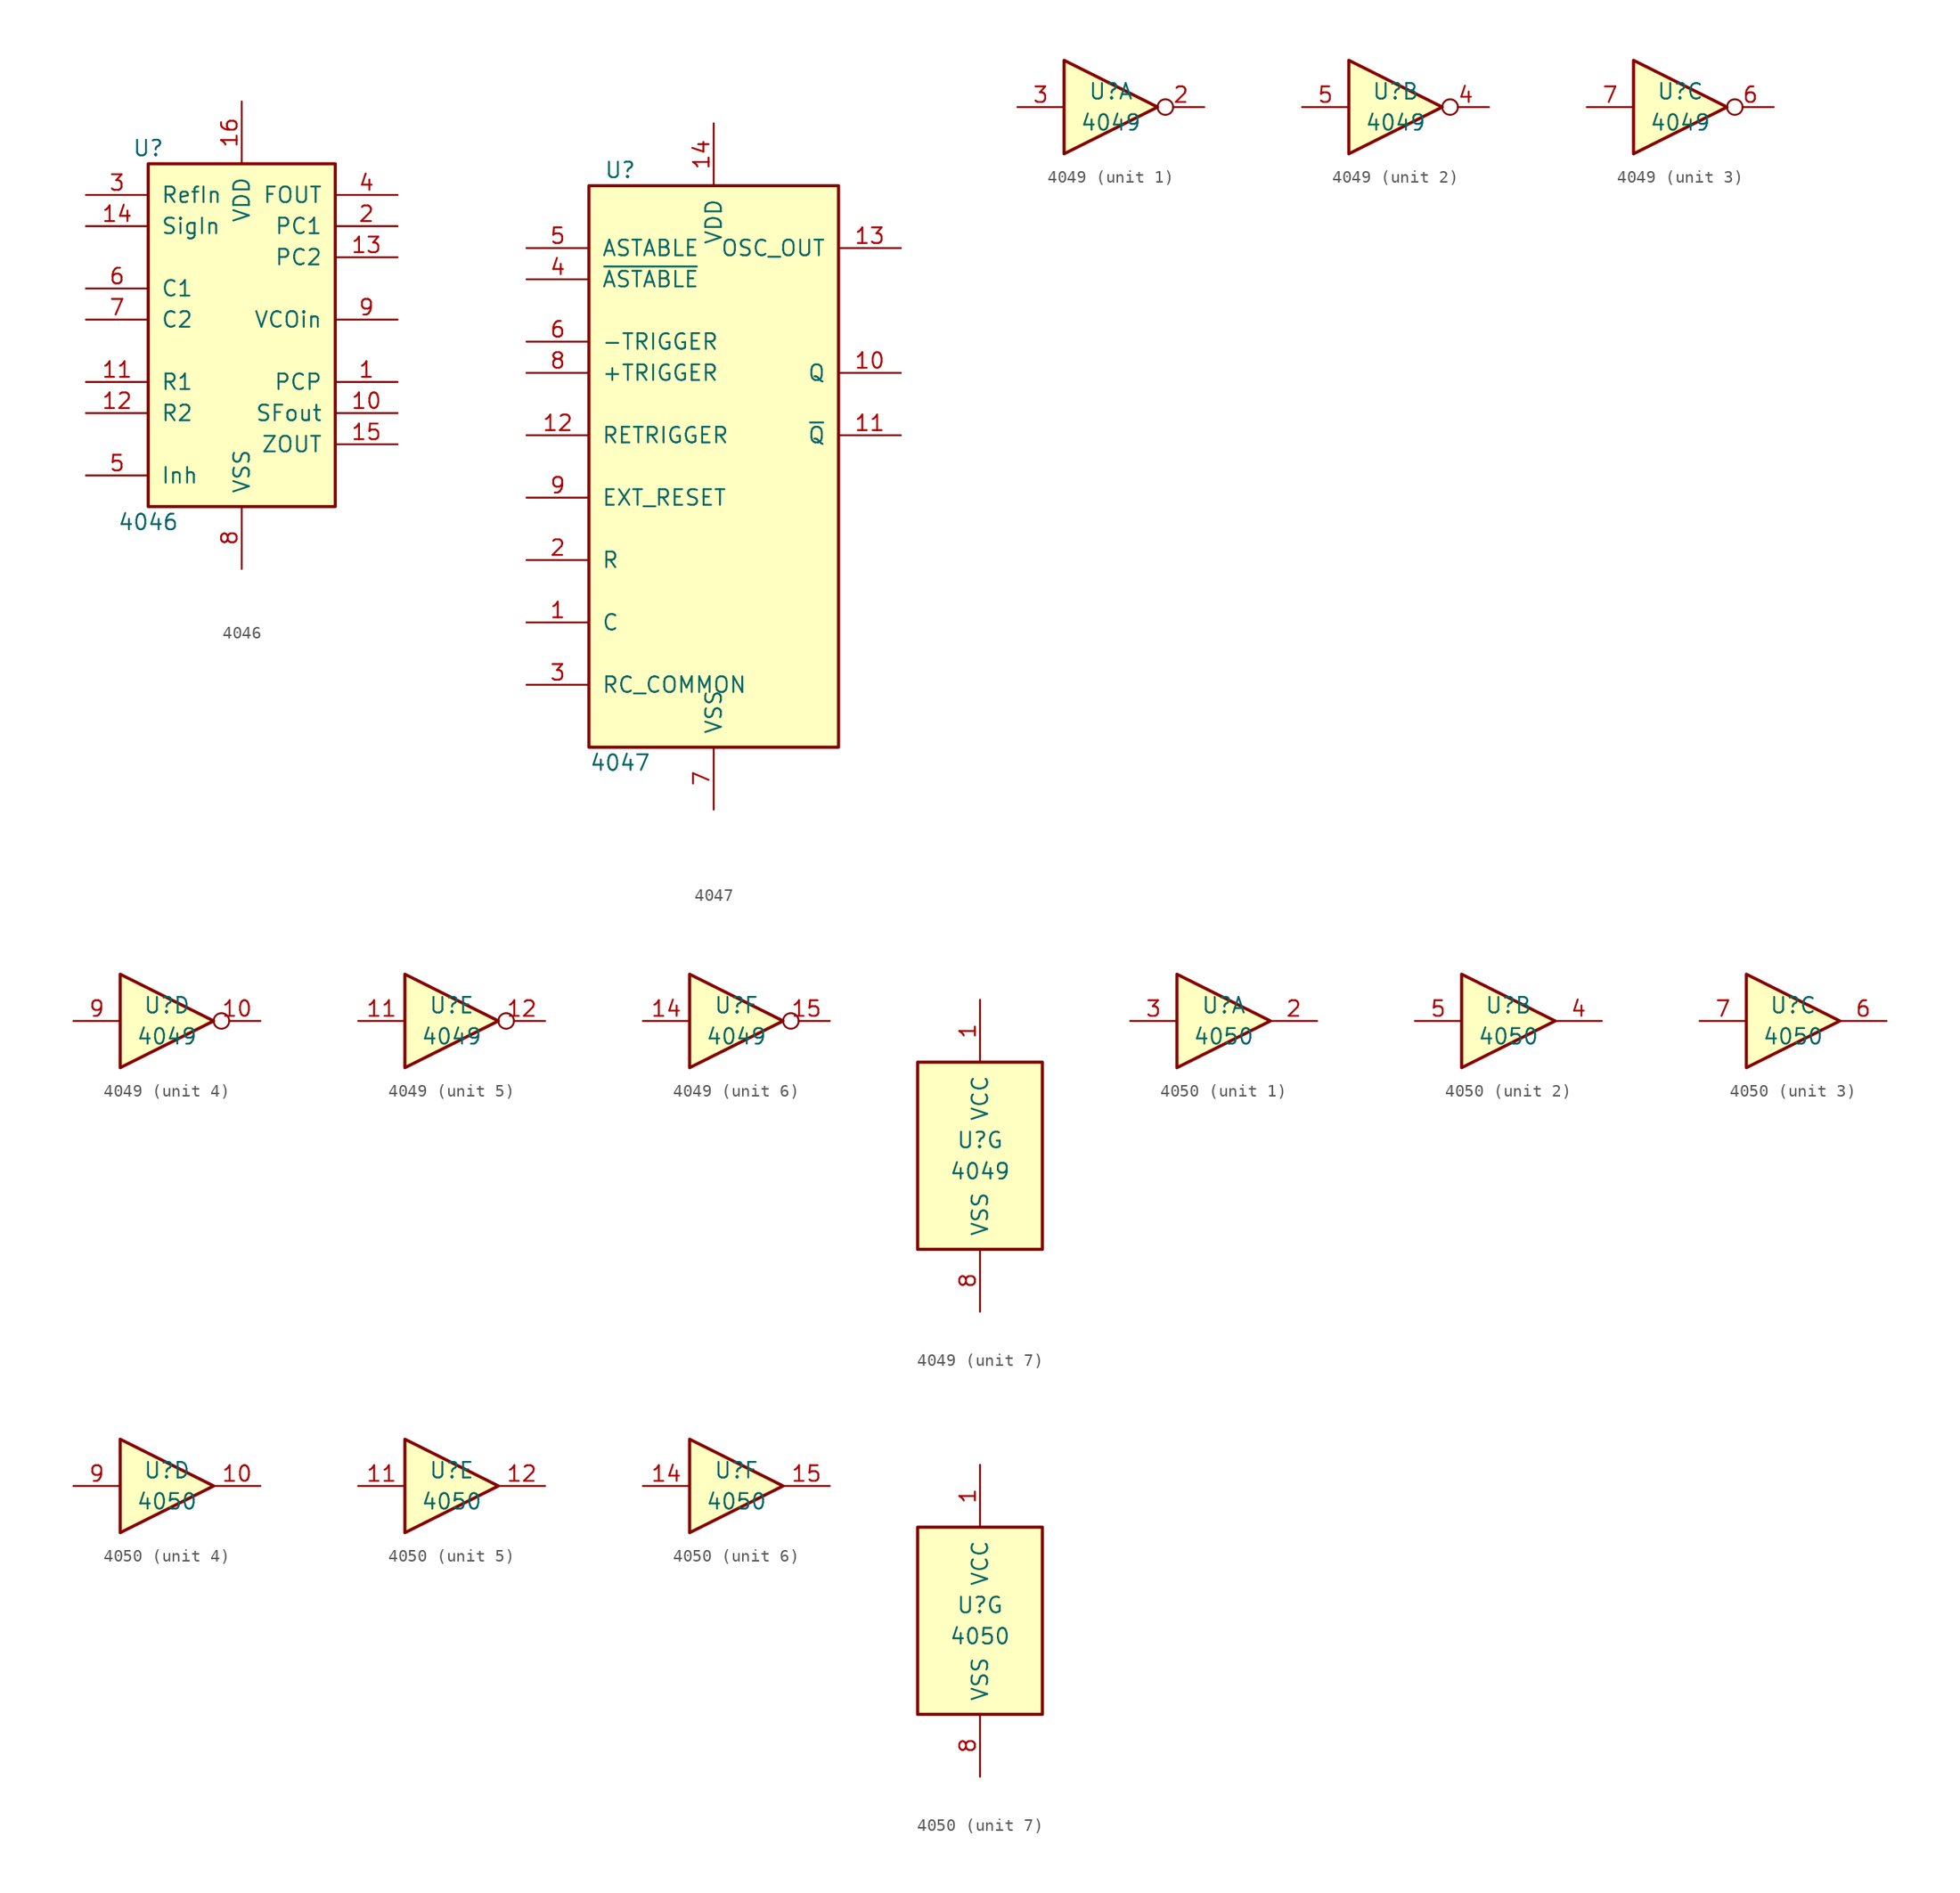
<source format=kicad_sym>
(kicad_symbol_lib
  (version 20200908)
  (generator kicad_symbol_editor)
  (symbol "4xxx:4046"
    (pin_names
      (offset 1.016))
    (property "Reference" "U"
      (at -7.62 13.97 0)
      (effects (font (size 1.27 1.27))))
    (property "Value" "4046"
      (at -7.62 -16.51 0)
      (effects (font (size 1.27 1.27))))
    (property "ki_locked" ""
      (at 0 0 0)
      (effects (font (size 1.27 1.27))))
    (symbol "4046_1_1"
      (rectangle (start -7.62 12.7) (end 7.62 -15.24) (stroke (width 0.254)) (fill (type background))))
    (symbol "4046_1_0"
      (pin output line (at 12.7 -5.08 180) (length 5.08) (name "PCP" (effects (font (size 1.27 1.27)))) (number "1" (effects (font (size 1.27 1.27)))))
      (pin output line (at 12.7 -7.62 180) (length 5.08) (name "SFout" (effects (font (size 1.27 1.27)))) (number "10" (effects (font (size 1.27 1.27)))))
      (pin input line (at -12.7 -5.08 0) (length 5.08) (name "R1" (effects (font (size 1.27 1.27)))) (number "11" (effects (font (size 1.27 1.27)))))
      (pin input line (at -12.7 -7.62 0) (length 5.08) (name "R2" (effects (font (size 1.27 1.27)))) (number "12" (effects (font (size 1.27 1.27)))))
      (pin tri_state line (at 12.7 5.08 180) (length 5.08) (name "PC2" (effects (font (size 1.27 1.27)))) (number "13" (effects (font (size 1.27 1.27)))))
      (pin input line (at -12.7 10.16 0) (length 5.08) (name "RefIn" (effects (font (size 1.27 1.27)))) (number "3" (effects (font (size 1.27 1.27)))))
      (pin output line (at 12.7 -10.16 180) (length 5.08) (name "ZOUT" (effects (font (size 1.27 1.27)))) (number "15" (effects (font (size 1.27 1.27)))))
      (pin power_in line (at 0 17.78 270) (length 5.08) (name "VDD" (effects (font (size 1.27 1.27)))) (number "16" (effects (font (size 1.27 1.27)))))
      (pin output line (at 12.7 7.62 180) (length 5.08) (name "PC1" (effects (font (size 1.27 1.27)))) (number "2" (effects (font (size 1.27 1.27)))))
      (pin input line (at -12.7 7.62 0) (length 5.08) (name "SigIn" (effects (font (size 1.27 1.27)))) (number "14" (effects (font (size 1.27 1.27)))))
      (pin input line (at 12.7 10.16 180) (length 5.08) (name "FOUT" (effects (font (size 1.27 1.27)))) (number "4" (effects (font (size 1.27 1.27)))))
      (pin input line (at -12.7 -12.7 0) (length 5.08) (name "Inh" (effects (font (size 1.27 1.27)))) (number "5" (effects (font (size 1.27 1.27)))))
      (pin input line (at -12.7 2.54 0) (length 5.08) (name "C1" (effects (font (size 1.27 1.27)))) (number "6" (effects (font (size 1.27 1.27)))))
      (pin input line (at -12.7 0 0) (length 5.08) (name "C2" (effects (font (size 1.27 1.27)))) (number "7" (effects (font (size 1.27 1.27)))))
      (pin power_in line (at 0 -20.32 90) (length 5.08) (name "VSS" (effects (font (size 1.27 1.27)))) (number "8" (effects (font (size 1.27 1.27)))))
      (pin input line (at 12.7 0 180) (length 5.08) (name "VCOin" (effects (font (size 1.27 1.27)))) (number "9" (effects (font (size 1.27 1.27)))))))
  (symbol "4xxx:4047"
    (pin_names
      (offset 1.016))
    (property "Reference" "U"
      (at -7.62 24.13 0)
      (effects (font (size 1.27 1.27))))
    (property "Value" "4047"
      (at -7.62 -24.13 0)
      (effects (font (size 1.27 1.27))))
    (property "ki_locked" ""
      (at 0 0 0)
      (effects (font (size 1.27 1.27))))
    (symbol "4047_1_1"
      (rectangle (start -10.16 22.86) (end 10.16 -22.86) (stroke (width 0.254)) (fill (type background))))
    (symbol "4047_1_0"
      (pin input line (at -15.24 -12.7 0) (length 5.08) (name "C" (effects (font (size 1.27 1.27)))) (number "1" (effects (font (size 1.27 1.27)))))
      (pin output line (at 15.24 7.62 180) (length 5.08) (name "Q" (effects (font (size 1.27 1.27)))) (number "10" (effects (font (size 1.27 1.27)))))
      (pin output line (at 15.24 2.54 180) (length 5.08) (name "~Q" (effects (font (size 1.27 1.27)))) (number "11" (effects (font (size 1.27 1.27)))))
      (pin input line (at -15.24 2.54 0) (length 5.08) (name "RETRIGGER" (effects (font (size 1.27 1.27)))) (number "12" (effects (font (size 1.27 1.27)))))
      (pin output line (at 15.24 17.78 180) (length 5.08) (name "OSC_OUT" (effects (font (size 1.27 1.27)))) (number "13" (effects (font (size 1.27 1.27)))))
      (pin power_in line (at 0 27.94 270) (length 5.08) (name "VDD" (effects (font (size 1.27 1.27)))) (number "14" (effects (font (size 1.27 1.27)))))
      (pin input line (at -15.24 -7.62 0) (length 5.08) (name "R" (effects (font (size 1.27 1.27)))) (number "2" (effects (font (size 1.27 1.27)))))
      (pin input line (at -15.24 -17.78 0) (length 5.08) (name "RC_COMMON" (effects (font (size 1.27 1.27)))) (number "3" (effects (font (size 1.27 1.27)))))
      (pin input line (at -15.24 15.24 0) (length 5.08) (name "~ASTABLE" (effects (font (size 1.27 1.27)))) (number "4" (effects (font (size 1.27 1.27)))))
      (pin input line (at -15.24 17.78 0) (length 5.08) (name "ASTABLE" (effects (font (size 1.27 1.27)))) (number "5" (effects (font (size 1.27 1.27)))))
      (pin input line (at -15.24 10.16 0) (length 5.08) (name "-TRIGGER" (effects (font (size 1.27 1.27)))) (number "6" (effects (font (size 1.27 1.27)))))
      (pin power_in line (at 0 -27.94 90) (length 5.08) (name "VSS" (effects (font (size 1.27 1.27)))) (number "7" (effects (font (size 1.27 1.27)))))
      (pin input line (at -15.24 7.62 0) (length 5.08) (name "+TRIGGER" (effects (font (size 1.27 1.27)))) (number "8" (effects (font (size 1.27 1.27)))))
      (pin input line (at -15.24 -2.54 0) (length 5.08) (name "EXT_RESET" (effects (font (size 1.27 1.27)))) (number "9" (effects (font (size 1.27 1.27)))))))
  (symbol "4xxx:4049"
    (pin_names
      (offset 1.016))
    (property "Reference" "U"
      (at 0 1.27 0)
      (effects (font (size 1.27 1.27))))
    (property "Value" "4049"
      (at 0 -1.27 0)
      (effects (font (size 1.27 1.27))))
    (property "ki_locked" ""
      (at 0 0 0)
      (effects (font (size 1.27 1.27))))
    (symbol "4049_7_1"
      (rectangle (start -5.08 7.62) (end 5.08 -7.62) (stroke (width 0.254)) (fill (type background))))
    (symbol "4049_1_0"
      (polyline (pts (xy -3.81 3.81) (xy -3.81 -3.81) (xy 3.81 0) (xy -3.81 3.81)) (stroke (width 0.254)) (fill (type background)))
      (pin output inverted (at 7.62 0 180) (length 3.81) (name "~" (effects (font (size 1.27 1.27)))) (number "2" (effects (font (size 1.27 1.27)))))
      (pin input line (at -7.62 0 0) (length 3.81) (name "~" (effects (font (size 1.27 1.27)))) (number "3" (effects (font (size 1.27 1.27))))))
    (symbol "4049_2_0"
      (polyline (pts (xy -3.81 3.81) (xy -3.81 -3.81) (xy 3.81 0) (xy -3.81 3.81)) (stroke (width 0.254)) (fill (type background)))
      (pin output inverted (at 7.62 0 180) (length 3.81) (name "~" (effects (font (size 1.27 1.27)))) (number "4" (effects (font (size 1.27 1.27)))))
      (pin input line (at -7.62 0 0) (length 3.81) (name "~" (effects (font (size 1.27 1.27)))) (number "5" (effects (font (size 1.27 1.27))))))
    (symbol "4049_3_0"
      (polyline (pts (xy -3.81 3.81) (xy -3.81 -3.81) (xy 3.81 0) (xy -3.81 3.81)) (stroke (width 0.254)) (fill (type background)))
      (pin output inverted (at 7.62 0 180) (length 3.81) (name "~" (effects (font (size 1.27 1.27)))) (number "6" (effects (font (size 1.27 1.27)))))
      (pin input line (at -7.62 0 0) (length 3.81) (name "~" (effects (font (size 1.27 1.27)))) (number "7" (effects (font (size 1.27 1.27))))))
    (symbol "4049_4_0"
      (polyline (pts (xy -3.81 3.81) (xy -3.81 -3.81) (xy 3.81 0) (xy -3.81 3.81)) (stroke (width 0.254)) (fill (type background)))
      (pin output inverted (at 7.62 0 180) (length 3.81) (name "~" (effects (font (size 1.27 1.27)))) (number "10" (effects (font (size 1.27 1.27)))))
      (pin input line (at -7.62 0 0) (length 3.81) (name "~" (effects (font (size 1.27 1.27)))) (number "9" (effects (font (size 1.27 1.27))))))
    (symbol "4049_5_0"
      (polyline (pts (xy -3.81 3.81) (xy -3.81 -3.81) (xy 3.81 0) (xy -3.81 3.81)) (stroke (width 0.254)) (fill (type background)))
      (pin input line (at -7.62 0 0) (length 3.81) (name "~" (effects (font (size 1.27 1.27)))) (number "11" (effects (font (size 1.27 1.27)))))
      (pin output inverted (at 7.62 0 180) (length 3.81) (name "~" (effects (font (size 1.27 1.27)))) (number "12" (effects (font (size 1.27 1.27))))))
    (symbol "4049_6_0"
      (polyline (pts (xy -3.81 3.81) (xy -3.81 -3.81) (xy 3.81 0) (xy -3.81 3.81)) (stroke (width 0.254)) (fill (type background)))
      (pin input line (at -7.62 0 0) (length 3.81) (name "~" (effects (font (size 1.27 1.27)))) (number "14" (effects (font (size 1.27 1.27)))))
      (pin output inverted (at 7.62 0 180) (length 3.81) (name "~" (effects (font (size 1.27 1.27)))) (number "15" (effects (font (size 1.27 1.27))))))
    (symbol "4049_7_0"
      (pin power_in line (at 0 12.7 270) (length 5.08) (name "VCC" (effects (font (size 1.27 1.27)))) (number "1" (effects (font (size 1.27 1.27)))))
      (pin power_in line (at 0 -12.7 90) (length 5.08) (name "VSS" (effects (font (size 1.27 1.27)))) (number "8" (effects (font (size 1.27 1.27)))))))
  (symbol "4xxx:4050"
    (pin_names
      (offset 1.016))
    (property "Reference" "U"
      (at 0 1.27 0)
      (effects (font (size 1.27 1.27))))
    (property "Value" "4050"
      (at 0 -1.27 0)
      (effects (font (size 1.27 1.27))))
    (property "ki_locked" ""
      (at 0 0 0)
      (effects (font (size 1.27 1.27))))
    (symbol "4050_7_1"
      (rectangle (start -5.08 7.62) (end 5.08 -7.62) (stroke (width 0.254)) (fill (type background))))
    (symbol "4050_1_0"
      (polyline (pts (xy -3.81 3.81) (xy -3.81 -3.81) (xy 3.81 0) (xy -3.81 3.81)) (stroke (width 0.254)) (fill (type background)))
      (pin output line (at 7.62 0 180) (length 3.81) (name "~" (effects (font (size 1.27 1.27)))) (number "2" (effects (font (size 1.27 1.27)))))
      (pin input line (at -7.62 0 0) (length 3.81) (name "~" (effects (font (size 1.27 1.27)))) (number "3" (effects (font (size 1.27 1.27))))))
    (symbol "4050_2_0"
      (polyline (pts (xy -3.81 3.81) (xy -3.81 -3.81) (xy 3.81 0) (xy -3.81 3.81)) (stroke (width 0.254)) (fill (type background)))
      (pin output line (at 7.62 0 180) (length 3.81) (name "~" (effects (font (size 1.27 1.27)))) (number "4" (effects (font (size 1.27 1.27)))))
      (pin input line (at -7.62 0 0) (length 3.81) (name "~" (effects (font (size 1.27 1.27)))) (number "5" (effects (font (size 1.27 1.27))))))
    (symbol "4050_3_0"
      (polyline (pts (xy -3.81 3.81) (xy -3.81 -3.81) (xy 3.81 0) (xy -3.81 3.81)) (stroke (width 0.254)) (fill (type background)))
      (pin output line (at 7.62 0 180) (length 3.81) (name "~" (effects (font (size 1.27 1.27)))) (number "6" (effects (font (size 1.27 1.27)))))
      (pin input line (at -7.62 0 0) (length 3.81) (name "~" (effects (font (size 1.27 1.27)))) (number "7" (effects (font (size 1.27 1.27))))))
    (symbol "4050_4_0"
      (polyline (pts (xy -3.81 3.81) (xy -3.81 -3.81) (xy 3.81 0) (xy -3.81 3.81)) (stroke (width 0.254)) (fill (type background)))
      (pin output line (at 7.62 0 180) (length 3.81) (name "~" (effects (font (size 1.27 1.27)))) (number "10" (effects (font (size 1.27 1.27)))))
      (pin input line (at -7.62 0 0) (length 3.81) (name "~" (effects (font (size 1.27 1.27)))) (number "9" (effects (font (size 1.27 1.27))))))
    (symbol "4050_5_0"
      (polyline (pts (xy -3.81 3.81) (xy -3.81 -3.81) (xy 3.81 0) (xy -3.81 3.81)) (stroke (width 0.254)) (fill (type background)))
      (pin input line (at -7.62 0 0) (length 3.81) (name "~" (effects (font (size 1.27 1.27)))) (number "11" (effects (font (size 1.27 1.27)))))
      (pin output line (at 7.62 0 180) (length 3.81) (name "~" (effects (font (size 1.27 1.27)))) (number "12" (effects (font (size 1.27 1.27))))))
    (symbol "4050_6_0"
      (polyline (pts (xy -3.81 3.81) (xy -3.81 -3.81) (xy 3.81 0) (xy -3.81 3.81)) (stroke (width 0.254)) (fill (type background)))
      (pin input line (at -7.62 0 0) (length 3.81) (name "~" (effects (font (size 1.27 1.27)))) (number "14" (effects (font (size 1.27 1.27)))))
      (pin output line (at 7.62 0 180) (length 3.81) (name "~" (effects (font (size 1.27 1.27)))) (number "15" (effects (font (size 1.27 1.27))))))
    (symbol "4050_7_0"
      (pin power_in line (at 0 12.7 270) (length 5.08) (name "VCC" (effects (font (size 1.27 1.27)))) (number "1" (effects (font (size 1.27 1.27)))))
      (pin power_in line (at 0 -12.7 90) (length 5.08) (name "VSS" (effects (font (size 1.27 1.27)))) (number "8" (effects (font (size 1.27 1.27))))))))
</source>
